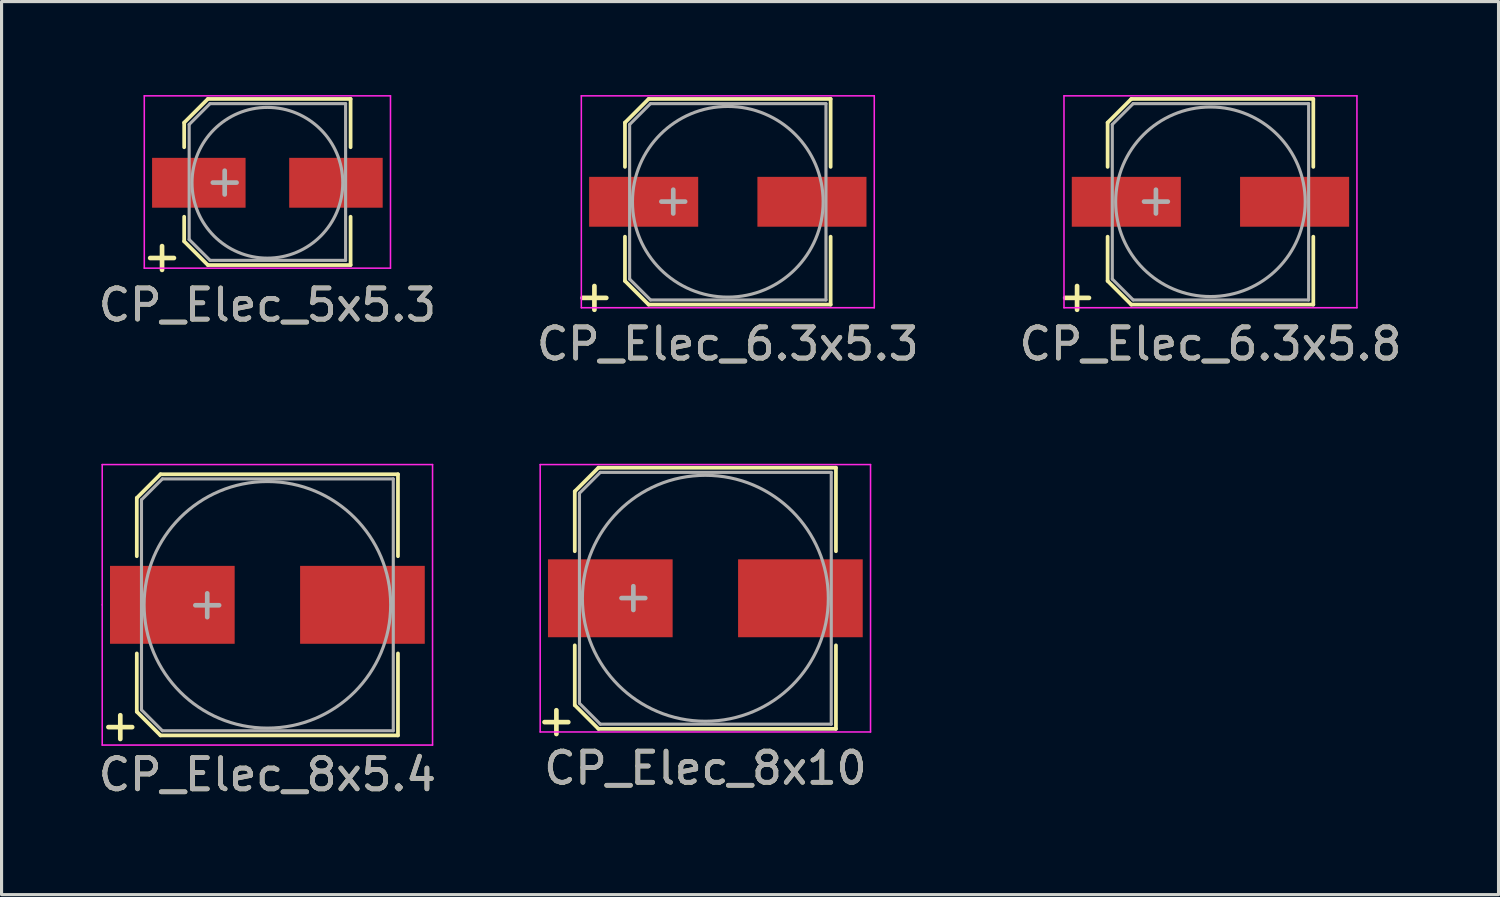
<source format=kicad_pcb>
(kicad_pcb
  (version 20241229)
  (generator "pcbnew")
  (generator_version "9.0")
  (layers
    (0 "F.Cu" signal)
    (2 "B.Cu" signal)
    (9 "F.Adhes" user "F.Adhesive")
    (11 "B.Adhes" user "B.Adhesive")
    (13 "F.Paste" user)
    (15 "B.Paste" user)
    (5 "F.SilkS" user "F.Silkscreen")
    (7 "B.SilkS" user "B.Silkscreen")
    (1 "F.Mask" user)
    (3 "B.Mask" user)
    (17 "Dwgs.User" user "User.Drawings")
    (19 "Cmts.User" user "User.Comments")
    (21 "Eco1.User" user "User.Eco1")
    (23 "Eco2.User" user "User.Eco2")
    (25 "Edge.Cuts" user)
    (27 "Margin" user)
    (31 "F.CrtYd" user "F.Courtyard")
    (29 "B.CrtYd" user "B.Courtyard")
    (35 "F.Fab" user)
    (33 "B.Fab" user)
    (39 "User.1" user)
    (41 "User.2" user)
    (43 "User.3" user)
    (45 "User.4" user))
  (footprint "CP_Elec_6.3x5.8"
    (layer "F.Cu")
    (at 35.792 3.425)
    (property "Reference" "CP_Elec_6.3x5.8" (at 0 4.56 0) (layer "F.SilkS") (effects (font (size 1 1) (thickness 0.15))))
    (attr smd)
    (fp_line (start -3.3 -2.54) (end -3.3 -1.12) (stroke (width 0.12) (type solid)) (layer "F.SilkS"))
    (fp_line (start -3.3 -2.54) (end -2.54 -3.3) (stroke (width 0.12) (type solid)) (layer "F.SilkS"))
    (fp_line (start -3.3 2.54) (end -3.3 1.12) (stroke (width 0.12) (type solid)) (layer "F.SilkS"))
    (fp_line (start -2.54 -3.3) (end 3.3 -3.3) (stroke (width 0.12) (type solid)) (layer "F.SilkS"))
    (fp_line (start -2.54 3.3) (end -3.3 2.54) (stroke (width 0.12) (type solid)) (layer "F.SilkS"))
    (fp_line (start 3.3 -3.3) (end 3.3 -1.12) (stroke (width 0.12) (type solid)) (layer "F.SilkS"))
    (fp_line (start 3.3 3.3) (end -2.54 3.3) (stroke (width 0.12) (type solid)) (layer "F.SilkS"))
    (fp_line (start 3.3 3.3) (end 3.3 1.12) (stroke (width 0.12) (type solid)) (layer "F.SilkS"))
    (fp_line (start -4.7 -3.4) (end -4.7 3.4) (stroke (width 0.05) (type solid)) (layer "F.CrtYd"))
    (fp_line (start -4.7 -3.4) (end 4.7 -3.4) (stroke (width 0.05) (type solid)) (layer "F.CrtYd"))
    (fp_line (start 4.7 3.4) (end -4.7 3.4) (stroke (width 0.05) (type solid)) (layer "F.CrtYd"))
    (fp_line (start 4.7 3.4) (end 4.7 -3.4) (stroke (width 0.05) (type solid)) (layer "F.CrtYd"))
    (fp_line (start -3.15 -2.48) (end -3.15 2.48) (stroke (width 0.1) (type solid)) (layer "F.Fab"))
    (fp_line (start -3.15 2.48) (end -2.48 3.15) (stroke (width 0.1) (type solid)) (layer "F.Fab"))
    (fp_line (start -2.48 -3.15) (end -3.15 -2.48) (stroke (width 0.1) (type solid)) (layer "F.Fab"))
    (fp_line (start -2.48 3.15) (end 3.15 3.15) (stroke (width 0.1) (type solid)) (layer "F.Fab"))
    (fp_line (start 3.15 -3.15) (end -2.48 -3.15) (stroke (width 0.1) (type solid)) (layer "F.Fab"))
    (fp_line (start 3.15 3.15) (end 3.15 -3.15) (stroke (width 0.1) (type solid)) (layer "F.Fab"))
    (fp_circle (center 0 0) (end 0.5 3) (stroke (width 0.1) (type solid)) (fill no) (layer "F.Fab"))
    (fp_text user "+" (at -4.28 3.01 0) (layer "F.SilkS") (effects (font (size 1 1) (thickness 0.15))))
    (fp_text user "+" (at -1.75 -0.08 0) (layer "F.Fab") (effects (font (size 1 1) (thickness 0.15))))
    (fp_text user "${REFERENCE}" (at 0 4.56 0) (layer "F.Fab") (effects (font (size 1 1) (thickness 0.15))))
    (pad "1" smd rect (at -2.7 0 180) (size 3.5 1.6) (layers "F.Cu" "F.Mask" "F.Paste"))
    (pad "2" smd rect (at 2.7 0 180) (size 3.5 1.6) (layers "F.Cu" "F.Mask" "F.Paste")))
  (footprint "CP_Elec_8x5.4"
    (layer "F.Cu")
    (at 5.53 16.358)
    (property "Reference" "CP_Elec_8x5.4" (at 0 5.45 0) (layer "F.SilkS") (effects (font (size 1 1) (thickness 0.15))))
    (attr smd)
    (fp_line (start -4.19 -3.43) (end -4.19 -1.56) (stroke (width 0.12) (type solid)) (layer "F.SilkS"))
    (fp_line (start -4.19 -3.43) (end -3.43 -4.19) (stroke (width 0.12) (type solid)) (layer "F.SilkS"))
    (fp_line (start -4.19 3.43) (end -4.19 1.56) (stroke (width 0.12) (type solid)) (layer "F.SilkS"))
    (fp_line (start -3.43 -4.19) (end 4.19 -4.19) (stroke (width 0.12) (type solid)) (layer "F.SilkS"))
    (fp_line (start -3.43 4.19) (end -4.19 3.43) (stroke (width 0.12) (type solid)) (layer "F.SilkS"))
    (fp_line (start 4.19 -4.19) (end 4.19 -1.56) (stroke (width 0.12) (type solid)) (layer "F.SilkS"))
    (fp_line (start 4.19 4.19) (end -3.43 4.19) (stroke (width 0.12) (type solid)) (layer "F.SilkS"))
    (fp_line (start 4.19 4.19) (end 4.19 1.56) (stroke (width 0.12) (type solid)) (layer "F.SilkS"))
    (fp_line (start -5.3 -4.5) (end -5.3 0) (stroke (width 0.05) (type solid)) (layer "F.CrtYd"))
    (fp_line (start -5.3 0) (end -5.3 4.5) (stroke (width 0.05) (type solid)) (layer "F.CrtYd"))
    (fp_line (start -5.3 4.5) (end 5.3 4.5) (stroke (width 0.05) (type solid)) (layer "F.CrtYd"))
    (fp_line (start 5.3 -4.5) (end -5.3 -4.5) (stroke (width 0.05) (type solid)) (layer "F.CrtYd"))
    (fp_line (start 5.3 4.5) (end 5.3 -4.5) (stroke (width 0.05) (type solid)) (layer "F.CrtYd"))
    (fp_line (start -4.04 -3.37) (end -4.04 3.37) (stroke (width 0.1) (type solid)) (layer "F.Fab"))
    (fp_line (start -4.04 3.37) (end -3.37 4.04) (stroke (width 0.1) (type solid)) (layer "F.Fab"))
    (fp_line (start -3.37 -4.04) (end -4.04 -3.37) (stroke (width 0.1) (type solid)) (layer "F.Fab"))
    (fp_line (start -3.37 4.04) (end 4.04 4.04) (stroke (width 0.1) (type solid)) (layer "F.Fab"))
    (fp_line (start 4.04 -4.04) (end -3.37 -4.04) (stroke (width 0.1) (type solid)) (layer "F.Fab"))
    (fp_line (start 4.04 4.04) (end 4.04 -4.04) (stroke (width 0.1) (type solid)) (layer "F.Fab"))
    (fp_circle (center 0 0) (end 1.1 3.8) (stroke (width 0.1) (type solid)) (fill no) (layer "F.Fab"))
    (fp_text user "+" (at -4.72 3.85 0) (layer "F.SilkS") (effects (font (size 1 1) (thickness 0.15))))
    (fp_text user "${REFERENCE}" (at 0 5.45 0) (layer "F.Fab") (effects (font (size 1 1) (thickness 0.15))))
    (fp_text user "+" (at -1.93 -0.06 0) (layer "F.Fab") (effects (font (size 1 1) (thickness 0.15))))
    (pad "1" smd rect (at -3.05 0 180) (size 4 2.5) (layers "F.Cu" "F.Mask" "F.Paste"))
    (pad "2" smd rect (at 3.05 0 180) (size 4 2.5) (layers "F.Cu" "F.Mask" "F.Paste")))
  (footprint "CP_Elec_8x10"
    (layer "F.Cu")
    (at 19.584 16.148)
    (property "Reference" "CP_Elec_8x10" (at 0 5.45 0) (layer "F.SilkS") (effects (font (size 1 1) (thickness 0.15))))
    (attr smd)
    (fp_line (start -4.19 -3.43) (end -4.19 -1.51) (stroke (width 0.12) (type solid)) (layer "F.SilkS"))
    (fp_line (start -4.19 -3.43) (end -3.43 -4.19) (stroke (width 0.12) (type solid)) (layer "F.SilkS"))
    (fp_line (start -4.19 3.43) (end -4.19 1.51) (stroke (width 0.12) (type solid)) (layer "F.SilkS"))
    (fp_line (start -3.43 -4.19) (end 4.19 -4.19) (stroke (width 0.12) (type solid)) (layer "F.SilkS"))
    (fp_line (start -3.43 4.19) (end -4.19 3.43) (stroke (width 0.12) (type solid)) (layer "F.SilkS"))
    (fp_line (start 4.19 -4.19) (end 4.19 -1.51) (stroke (width 0.12) (type solid)) (layer "F.SilkS"))
    (fp_line (start 4.19 4.19) (end -3.43 4.19) (stroke (width 0.12) (type solid)) (layer "F.SilkS"))
    (fp_line (start 4.19 4.19) (end 4.19 1.51) (stroke (width 0.12) (type solid)) (layer "F.SilkS"))
    (fp_line (start -5.3 -4.29) (end -5.3 4.29) (stroke (width 0.05) (type solid)) (layer "F.CrtYd"))
    (fp_line (start -5.3 -4.29) (end 5.3 -4.29) (stroke (width 0.05) (type solid)) (layer "F.CrtYd"))
    (fp_line (start 5.3 4.29) (end -5.3 4.29) (stroke (width 0.05) (type solid)) (layer "F.CrtYd"))
    (fp_line (start 5.3 4.29) (end 5.3 -4.29) (stroke (width 0.05) (type solid)) (layer "F.CrtYd"))
    (fp_line (start -4.04 -3.37) (end -4.04 3.37) (stroke (width 0.1) (type solid)) (layer "F.Fab"))
    (fp_line (start -4.04 3.37) (end -3.37 4.04) (stroke (width 0.1) (type solid)) (layer "F.Fab"))
    (fp_line (start -3.37 -4.04) (end -4.04 -3.37) (stroke (width 0.1) (type solid)) (layer "F.Fab"))
    (fp_line (start -3.37 4.04) (end 4.04 4.04) (stroke (width 0.1) (type solid)) (layer "F.Fab"))
    (fp_line (start 4.04 -4.04) (end -3.37 -4.04) (stroke (width 0.1) (type solid)) (layer "F.Fab"))
    (fp_line (start 4.04 4.04) (end 4.04 -4.04) (stroke (width 0.1) (type solid)) (layer "F.Fab"))
    (fp_circle (center 0 0) (end -0.6 3.9) (stroke (width 0.1) (type solid)) (fill no) (layer "F.Fab"))
    (fp_text user "+" (at -4.78 3.9 0) (layer "F.SilkS") (effects (font (size 1 1) (thickness 0.15))))
    (fp_text user "${REFERENCE}" (at 0 5.45 0) (layer "F.Fab") (effects (font (size 1 1) (thickness 0.15))))
    (fp_text user "+" (at -2.31 -0.08 0) (layer "F.Fab") (effects (font (size 1 1) (thickness 0.15))))
    (pad "1" smd rect (at -3.05 0 180) (size 4 2.5) (layers "F.Cu" "F.Mask" "F.Paste"))
    (pad "2" smd rect (at 3.05 0 180) (size 4 2.5) (layers "F.Cu" "F.Mask" "F.Paste")))
  (footprint "CP_Elec_6.3x5.3"
    (layer "F.Cu")
    (at 20.304 3.425)
    (property "Reference" "CP_Elec_6.3x5.3" (at 0 4.56 0) (layer "F.SilkS") (effects (font (size 1 1) (thickness 0.15))))
    (attr smd)
    (fp_line (start -3.3 -2.54) (end -3.3 -1.12) (stroke (width 0.12) (type solid)) (layer "F.SilkS"))
    (fp_line (start -3.3 -2.54) (end -2.54 -3.3) (stroke (width 0.12) (type solid)) (layer "F.SilkS"))
    (fp_line (start -3.3 2.54) (end -3.3 1.12) (stroke (width 0.12) (type solid)) (layer "F.SilkS"))
    (fp_line (start -2.54 -3.3) (end 3.3 -3.3) (stroke (width 0.12) (type solid)) (layer "F.SilkS"))
    (fp_line (start -2.54 3.3) (end -3.3 2.54) (stroke (width 0.12) (type solid)) (layer "F.SilkS"))
    (fp_line (start 3.3 -3.3) (end 3.3 -1.12) (stroke (width 0.12) (type solid)) (layer "F.SilkS"))
    (fp_line (start 3.3 3.3) (end -2.54 3.3) (stroke (width 0.12) (type solid)) (layer "F.SilkS"))
    (fp_line (start 3.3 3.3) (end 3.3 1.12) (stroke (width 0.12) (type solid)) (layer "F.SilkS"))
    (fp_line (start -4.7 -3.4) (end -4.7 3.4) (stroke (width 0.05) (type solid)) (layer "F.CrtYd"))
    (fp_line (start -4.7 -3.4) (end 4.7 -3.4) (stroke (width 0.05) (type solid)) (layer "F.CrtYd"))
    (fp_line (start 4.7 3.4) (end -4.7 3.4) (stroke (width 0.05) (type solid)) (layer "F.CrtYd"))
    (fp_line (start 4.7 3.4) (end 4.7 -3.4) (stroke (width 0.05) (type solid)) (layer "F.CrtYd"))
    (fp_line (start -3.15 -2.48) (end -3.15 2.48) (stroke (width 0.1) (type solid)) (layer "F.Fab"))
    (fp_line (start -3.15 2.48) (end -2.48 3.15) (stroke (width 0.1) (type solid)) (layer "F.Fab"))
    (fp_line (start -2.48 -3.15) (end -3.15 -2.48) (stroke (width 0.1) (type solid)) (layer "F.Fab"))
    (fp_line (start -2.48 3.15) (end 3.15 3.15) (stroke (width 0.1) (type solid)) (layer "F.Fab"))
    (fp_line (start 3.15 -3.15) (end -2.48 -3.15) (stroke (width 0.1) (type solid)) (layer "F.Fab"))
    (fp_line (start 3.15 3.15) (end 3.15 -3.15) (stroke (width 0.1) (type solid)) (layer "F.Fab"))
    (fp_circle (center 0 0) (end 0.6 3) (stroke (width 0.1) (type solid)) (fill no) (layer "F.Fab"))
    (fp_text user "+" (at -4.28 3.01 0) (layer "F.SilkS") (effects (font (size 1 1) (thickness 0.15))))
    (fp_text user "${REFERENCE}" (at 0 4.56 0) (layer "F.Fab") (effects (font (size 1 1) (thickness 0.15))))
    (fp_text user "+" (at -1.75 -0.08 0) (layer "F.Fab") (effects (font (size 1 1) (thickness 0.15))))
    (pad "1" smd rect (at -2.7 0 180) (size 3.5 1.6) (layers "F.Cu" "F.Mask" "F.Paste"))
    (pad "2" smd rect (at 2.7 0 180) (size 3.5 1.6) (layers "F.Cu" "F.Mask" "F.Paste")))
  (footprint "CP_Elec_5x5.3"
    (layer "F.Cu")
    (at 5.53 2.815)
    (property "Reference" "CP_Elec_5x5.3" (at 0 3.92 0) (layer "F.SilkS") (effects (font (size 1 1) (thickness 0.15))))
    (attr smd)
    (fp_line (start -2.67 -1.93) (end -2.67 -1.14) (stroke (width 0.12) (type solid)) (layer "F.SilkS"))
    (fp_line (start -2.67 1.88) (end -2.67 1.09) (stroke (width 0.12) (type solid)) (layer "F.SilkS"))
    (fp_line (start -2.67 1.88) (end -1.91 2.64) (stroke (width 0.12) (type solid)) (layer "F.SilkS"))
    (fp_line (start -1.91 -2.69) (end -2.67 -1.93) (stroke (width 0.12) (type solid)) (layer "F.SilkS"))
    (fp_line (start -1.91 2.64) (end 2.67 2.64) (stroke (width 0.12) (type solid)) (layer "F.SilkS"))
    (fp_line (start 2.67 -2.69) (end -1.91 -2.69) (stroke (width 0.12) (type solid)) (layer "F.SilkS"))
    (fp_line (start 2.67 -2.69) (end 2.67 -1.14) (stroke (width 0.12) (type solid)) (layer "F.SilkS"))
    (fp_line (start 2.67 2.64) (end 2.67 1.09) (stroke (width 0.12) (type solid)) (layer "F.SilkS"))
    (fp_line (start -3.95 -2.79) (end -3.95 2.74) (stroke (width 0.05) (type solid)) (layer "F.CrtYd"))
    (fp_line (start -3.95 -2.79) (end 3.95 -2.79) (stroke (width 0.05) (type solid)) (layer "F.CrtYd"))
    (fp_line (start 3.95 2.74) (end -3.95 2.74) (stroke (width 0.05) (type solid)) (layer "F.CrtYd"))
    (fp_line (start 3.95 2.74) (end 3.95 -2.79) (stroke (width 0.05) (type solid)) (layer "F.CrtYd"))
    (fp_line (start -2.51 -1.87) (end -2.51 1.82) (stroke (width 0.1) (type solid)) (layer "F.Fab"))
    (fp_line (start -2.51 1.82) (end -1.84 2.49) (stroke (width 0.1) (type solid)) (layer "F.Fab"))
    (fp_line (start -1.84 -2.54) (end -2.51 -1.87) (stroke (width 0.1) (type solid)) (layer "F.Fab"))
    (fp_line (start -1.84 2.49) (end 2.51 2.49) (stroke (width 0.1) (type solid)) (layer "F.Fab"))
    (fp_line (start 2.51 -2.54) (end -1.84 -2.54) (stroke (width 0.1) (type solid)) (layer "F.Fab"))
    (fp_line (start 2.51 2.49) (end 2.51 -2.54) (stroke (width 0.1) (type solid)) (layer "F.Fab"))
    (fp_circle (center 0 0) (end 0.3 2.4) (stroke (width 0.1) (type solid)) (fill no) (layer "F.Fab"))
    (fp_text user "+" (at -3.38 2.34 0) (layer "F.SilkS") (effects (font (size 1 1) (thickness 0.15))))
    (fp_text user "${REFERENCE}" (at 0 3.92 0) (layer "F.Fab") (effects (font (size 1 1) (thickness 0.15))))
    (fp_text user "+" (at -1.37 -0.08 0) (layer "F.Fab") (effects (font (size 1 1) (thickness 0.15))))
    (pad "1" smd rect (at -2.2 0 180) (size 3 1.6) (layers "F.Cu" "F.Mask" "F.Paste"))
    (pad "2" smd rect (at 2.2 0 180) (size 3 1.6) (layers "F.Cu" "F.Mask" "F.Paste")))
  (gr_rect
    (start -3 -3)
    (end 45.036 25.657)
    (stroke (width 0.1) (type default))
    (fill no)
    (layer "Edge.Cuts")))
</source>
